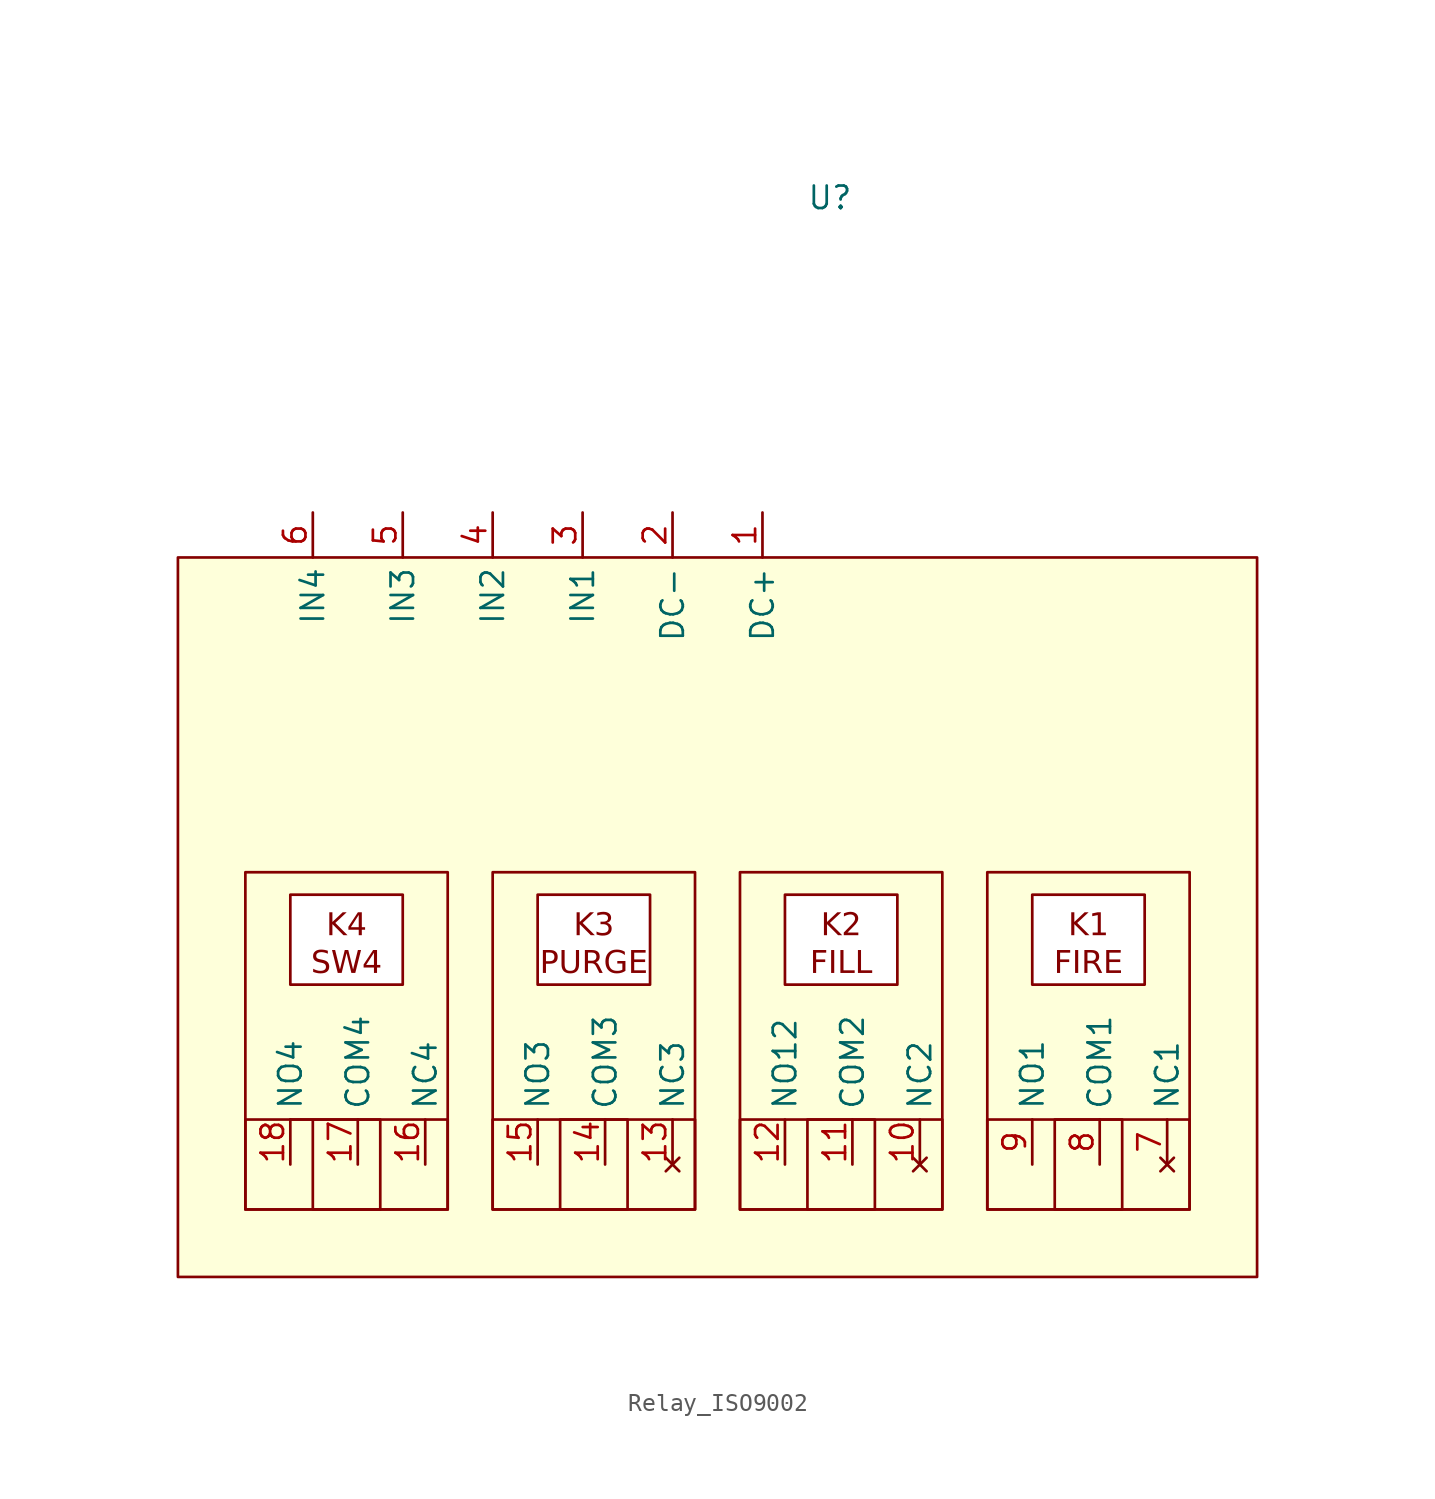
<source format=kicad_sym>
(kicad_symbol_lib
  (version 20241209)
  (generator "kicad_symbol_editor")
  (generator_version "9.0")
  (symbol "Relay_ISO9002"
    (property "Reference" "U"
      (at 0 0 0)
      (effects (font (size 1.27 1.27))))
    (property "Value" ""
      (at 0 0 0)
      (effects (font (size 1.27 1.27))))
    (symbol "Relay_ISO9002_1_1"
      (rectangle (start -36.83 -20.32) (end 24.13 -60.96) (stroke (width 0) (type solid)) (fill (type color) (color 254 255 218 1)))
      (rectangle (start -33.02 -38.1) (end -21.59 -57.15) (stroke (width 0) (type default)) (fill (type none)))
      (rectangle (start -33.02 -52.07) (end -21.59 -57.15) (stroke (width 0) (type solid)) (fill (type none)))
      (polyline (pts (xy -29.21 -52.07) (xy -29.21 -57.15) (xy -25.4 -57.15) (xy -25.4 -52.07) (xy -30.48 -52.07)) (stroke (width 0) (type default)) (fill (type none)))
      (rectangle (start -19.05 -38.1) (end -7.62 -57.15) (stroke (width 0) (type default)) (fill (type none)))
      (polyline (pts (xy -11.43 -52.07) (xy -11.43 -57.15) (xy -15.24 -57.15) (xy -15.24 -52.07) (xy -11.43 -52.07)) (stroke (width 0) (type default)) (fill (type none)))
      (rectangle (start -7.62 -52.07) (end -19.05 -57.15) (stroke (width 0) (type default)) (fill (type none)))
      (rectangle (start -5.08 -38.1) (end 6.35 -57.15) (stroke (width 0) (type default)) (fill (type none)))
      (rectangle (start -5.08 -52.07) (end 6.35 -57.15) (stroke (width 0) (type default)) (fill (type none)))
      (polyline (pts (xy -1.27 -52.07) (xy -1.27 -57.15) (xy 2.54 -57.15) (xy 2.54 -52.07) (xy -1.27 -52.07)) (stroke (width 0) (type default)) (fill (type none)))
      (rectangle (start 8.89 -38.1) (end 20.32 -57.15) (stroke (width 0) (type default)) (fill (type none)))
      (rectangle (start 8.89 -52.07) (end 20.32 -57.15) (stroke (width 0) (type default)) (fill (type none)))
      (polyline (pts (xy 12.7 -52.07) (xy 12.7 -57.15) (xy 16.51 -57.15) (xy 16.51 -52.07) (xy 12.7 -52.07)) (stroke (width 0) (type default)) (fill (type none)))
      (text_box "K4\nSW4" (at -30.48 -39.37 0) (size 6.35 -5.08) (margins 1.016 1.016 1.016 1.016) (stroke (width 0) (type solid)) (fill (type color) (color 255 255 255 1)) (effects (font (face "Calibri") (size 1.27 1.27)) (justify top)))
      (text_box "K3\nPURGE\n" (at -16.51 -39.37 0) (size 6.35 -5.08) (margins 1.016 1.016 1.016 1.016) (stroke (width 0) (type solid)) (fill (type color) (color 255 255 255 1)) (effects (font (face "Calibri") (size 1.27 1.27)) (justify top)))
      (text_box "K2\nFILL\n" (at -2.54 -39.37 0) (size 6.35 -5.08) (margins 1.016 1.016 1.016 1.016) (stroke (width 0) (type solid)) (fill (type color) (color 255 255 255 1)) (effects (font (face "Calibri") (size 1.27 1.27)) (justify top)))
      (text_box "K1\nFIRE" (at 11.43 -39.37 0) (size 6.35 -5.08) (margins 1.016 1.016 1.016 1.016) (stroke (width 0) (type solid)) (fill (type color) (color 255 255 255 1)) (effects (font (face "Calibri") (size 1.27 1.27)) (justify top)))
      (pin output line (at -30.48 -54.61 90) (length 2.54) (name "NO4" (effects (font (size 1.27 1.27)))) (number "18" (effects (font (size 1.27 1.27)))))
      (pin input line (at -29.21 -17.78 270) (length 2.54) (name "IN4" (effects (font (size 1.27 1.27)))) (number "6" (effects (font (size 1.27 1.27)))))
      (pin input line (at -26.67 -54.61 90) (length 2.54) (name "COM4" (effects (font (size 1.27 1.27)))) (number "17" (effects (font (size 1.27 1.27)))))
      (pin input line (at -24.13 -17.78 270) (length 2.54) (name "IN3" (effects (font (size 1.27 1.27)))) (number "5" (effects (font (size 1.27 1.27)))))
      (pin output line (at -22.86 -54.61 90) (length 2.54) (name "NC4" (effects (font (size 1.27 1.27)))) (number "16" (effects (font (size 1.27 1.27)))))
      (pin input line (at -19.05 -17.78 270) (length 2.54) (name "IN2" (effects (font (size 1.27 1.27)))) (number "4" (effects (font (size 1.27 1.27)))))
      (pin output line (at -16.51 -54.61 90) (length 2.54) (name "NO3" (effects (font (size 1.27 1.27)))) (number "15" (effects (font (size 1.27 1.27)))))
      (pin input line (at -13.97 -17.78 270) (length 2.54) (name "IN1" (effects (font (size 1.27 1.27)))) (number "3" (effects (font (size 1.27 1.27)))))
      (pin input line (at -12.7 -54.61 90) (length 2.54) (name "COM3" (effects (font (size 1.27 1.27)))) (number "14" (effects (font (size 1.27 1.27)))))
      (pin input line (at -8.89 -17.78 270) (length 2.54) (name "DC-" (effects (font (size 1.27 1.27)))) (number "2" (effects (font (size 1.27 1.27)))))
      (pin no_connect line (at -8.89 -54.61 90) (length 2.54) (name "NC3" (effects (font (size 1.27 1.27)))) (number "13" (effects (font (size 1.27 1.27)))))
      (pin input line (at -3.81 -17.78 270) (length 2.54) (name "DC+" (effects (font (size 1.27 1.27)))) (number "1" (effects (font (size 1.27 1.27)))))
      (pin output line (at -2.54 -54.61 90) (length 2.54) (name "NO12" (effects (font (size 1.27 1.27)))) (number "12" (effects (font (size 1.27 1.27)))))
      (pin input line (at 1.27 -54.61 90) (length 2.54) (name "COM2" (effects (font (size 1.27 1.27)))) (number "11" (effects (font (size 1.27 1.27)))))
      (pin no_connect line (at 5.08 -54.61 90) (length 2.54) (name "NC2" (effects (font (size 1.27 1.27)))) (number "10" (effects (font (size 1.27 1.27)))))
      (pin output line (at 11.43 -54.61 90) (length 2.54) (name "NO1" (effects (font (size 1.27 1.27)))) (number "9" (effects (font (size 1.27 1.27)))))
      (pin input line (at 15.24 -54.61 90) (length 2.54) (name "COM1" (effects (font (size 1.27 1.27)))) (number "8" (effects (font (size 1.27 1.27)))))
      (pin no_connect line (at 19.05 -54.61 90) (length 2.54) (name "NC1" (effects (font (size 1.27 1.27)))) (number "7" (effects (font (size 1.27 1.27))))))))
</source>
